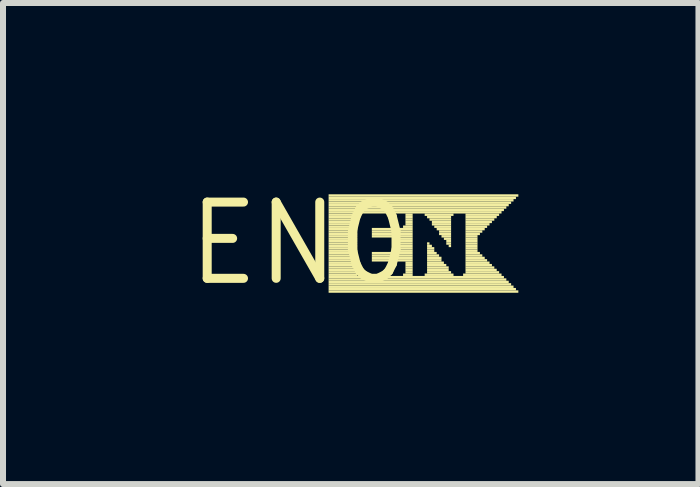
<source format=kicad_pcb>
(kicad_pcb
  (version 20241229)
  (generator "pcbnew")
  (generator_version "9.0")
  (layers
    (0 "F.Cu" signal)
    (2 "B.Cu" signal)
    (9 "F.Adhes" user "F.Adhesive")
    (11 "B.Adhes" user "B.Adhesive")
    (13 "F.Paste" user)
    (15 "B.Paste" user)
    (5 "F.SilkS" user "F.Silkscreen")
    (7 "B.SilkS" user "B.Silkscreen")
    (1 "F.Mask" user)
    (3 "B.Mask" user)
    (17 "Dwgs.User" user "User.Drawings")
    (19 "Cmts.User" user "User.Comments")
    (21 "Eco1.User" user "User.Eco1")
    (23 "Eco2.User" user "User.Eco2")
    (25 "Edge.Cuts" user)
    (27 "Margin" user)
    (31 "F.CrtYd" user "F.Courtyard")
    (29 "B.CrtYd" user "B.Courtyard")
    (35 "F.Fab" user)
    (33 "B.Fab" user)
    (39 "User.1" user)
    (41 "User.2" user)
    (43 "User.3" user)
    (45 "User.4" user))
  (footprint "EN0"
    (layer "F.Cu")
    (at 1.943 1.006)
    (property "Reference" "EN0" (at 0 0 0) (layer "F.SilkS") (effects (font (size 1.27 1.27) (thickness 0.15))))
    (fp_poly (pts (xy 0.48 -0.78) (xy 3.64 -0.78) (xy 3.64 -0.82) (xy 0.48 -0.82)) (stroke (width 0) (type default)) (fill yes) (layer "F.SilkS"))
    (fp_poly (pts (xy 0.48 -0.74) (xy 3.6 -0.74) (xy 3.6 -0.78) (xy 0.48 -0.78)) (stroke (width 0) (type default)) (fill yes) (layer "F.SilkS"))
    (fp_poly (pts (xy 0.48 -0.7) (xy 3.56 -0.7) (xy 3.56 -0.74) (xy 0.48 -0.74)) (stroke (width 0) (type default)) (fill yes) (layer "F.SilkS"))
    (fp_poly (pts (xy 0.48 -0.66) (xy 3.52 -0.66) (xy 3.52 -0.7) (xy 0.48 -0.7)) (stroke (width 0) (type default)) (fill yes) (layer "F.SilkS"))
    (fp_poly (pts (xy 0.48 -0.62) (xy 3.48 -0.62) (xy 3.48 -0.66) (xy 0.48 -0.66)) (stroke (width 0) (type default)) (fill yes) (layer "F.SilkS"))
    (fp_poly (pts (xy 0.48 -0.58) (xy 3.44 -0.58) (xy 3.44 -0.62) (xy 0.48 -0.62)) (stroke (width 0) (type default)) (fill yes) (layer "F.SilkS"))
    (fp_poly (pts (xy 0.48 -0.54) (xy 3.4 -0.54) (xy 3.4 -0.58) (xy 0.48 -0.58)) (stroke (width 0) (type default)) (fill yes) (layer "F.SilkS"))
    (fp_poly (pts (xy 0.48 -0.5) (xy 3.36 -0.5) (xy 3.36 -0.54) (xy 0.48 -0.54)) (stroke (width 0) (type default)) (fill yes) (layer "F.SilkS"))
    (fp_poly (pts (xy 0.48 -0.46) (xy 0.96 -0.46) (xy 0.96 -0.5) (xy 0.48 -0.5)) (stroke (width 0) (type default)) (fill yes) (layer "F.SilkS"))
    (fp_poly (pts (xy 0.48 -0.42) (xy 0.96 -0.42) (xy 0.96 -0.46) (xy 0.48 -0.46)) (stroke (width 0) (type default)) (fill yes) (layer "F.SilkS"))
    (fp_poly (pts (xy 0.48 -0.38) (xy 0.96 -0.38) (xy 0.96 -0.42) (xy 0.48 -0.42)) (stroke (width 0) (type default)) (fill yes) (layer "F.SilkS"))
    (fp_poly (pts (xy 0.48 -0.34) (xy 0.96 -0.34) (xy 0.96 -0.38) (xy 0.48 -0.38)) (stroke (width 0) (type default)) (fill yes) (layer "F.SilkS"))
    (fp_poly (pts (xy 0.48 -0.3) (xy 0.96 -0.3) (xy 0.96 -0.34) (xy 0.48 -0.34)) (stroke (width 0) (type default)) (fill yes) (layer "F.SilkS"))
    (fp_poly (pts (xy 0.48 -0.26) (xy 0.96 -0.26) (xy 0.96 -0.3) (xy 0.48 -0.3)) (stroke (width 0) (type default)) (fill yes) (layer "F.SilkS"))
    (fp_poly (pts (xy 0.48 -0.22) (xy 0.96 -0.22) (xy 0.96 -0.26) (xy 0.48 -0.26)) (stroke (width 0) (type default)) (fill yes) (layer "F.SilkS"))
    (fp_poly (pts (xy 0.48 -0.18) (xy 0.96 -0.18) (xy 0.96 -0.22) (xy 0.48 -0.22)) (stroke (width 0) (type default)) (fill yes) (layer "F.SilkS"))
    (fp_poly (pts (xy 0.48 -0.14) (xy 0.96 -0.14) (xy 0.96 -0.18) (xy 0.48 -0.18)) (stroke (width 0) (type default)) (fill yes) (layer "F.SilkS"))
    (fp_poly (pts (xy 0.48 -0.1) (xy 0.96 -0.1) (xy 0.96 -0.14) (xy 0.48 -0.14)) (stroke (width 0) (type default)) (fill yes) (layer "F.SilkS"))
    (fp_poly (pts (xy 0.48 -0.06) (xy 0.96 -0.06) (xy 0.96 -0.1) (xy 0.48 -0.1)) (stroke (width 0) (type default)) (fill yes) (layer "F.SilkS"))
    (fp_poly (pts (xy 0.48 -0.02) (xy 0.96 -0.02) (xy 0.96 -0.06) (xy 0.48 -0.06)) (stroke (width 0) (type default)) (fill yes) (layer "F.SilkS"))
    (fp_poly (pts (xy 0.48 0.02) (xy 0.96 0.02) (xy 0.96 -0.02) (xy 0.48 -0.02)) (stroke (width 0) (type default)) (fill yes) (layer "F.SilkS"))
    (fp_poly (pts (xy 0.48 0.06) (xy 0.96 0.06) (xy 0.96 0.02) (xy 0.48 0.02)) (stroke (width 0) (type default)) (fill yes) (layer "F.SilkS"))
    (fp_poly (pts (xy 0.48 0.1) (xy 0.96 0.1) (xy 0.96 0.06) (xy 0.48 0.06)) (stroke (width 0) (type default)) (fill yes) (layer "F.SilkS"))
    (fp_poly (pts (xy 0.48 0.14) (xy 0.96 0.14) (xy 0.96 0.1) (xy 0.48 0.1)) (stroke (width 0) (type default)) (fill yes) (layer "F.SilkS"))
    (fp_poly (pts (xy 0.48 0.18) (xy 0.96 0.18) (xy 0.96 0.14) (xy 0.48 0.14)) (stroke (width 0) (type default)) (fill yes) (layer "F.SilkS"))
    (fp_poly (pts (xy 0.48 0.22) (xy 0.96 0.22) (xy 0.96 0.18) (xy 0.48 0.18)) (stroke (width 0) (type default)) (fill yes) (layer "F.SilkS"))
    (fp_poly (pts (xy 0.48 0.26) (xy 0.96 0.26) (xy 0.96 0.22) (xy 0.48 0.22)) (stroke (width 0) (type default)) (fill yes) (layer "F.SilkS"))
    (fp_poly (pts (xy 0.48 0.3) (xy 0.96 0.3) (xy 0.96 0.26) (xy 0.48 0.26)) (stroke (width 0) (type default)) (fill yes) (layer "F.SilkS"))
    (fp_poly (pts (xy 0.48 0.34) (xy 0.96 0.34) (xy 0.96 0.3) (xy 0.48 0.3)) (stroke (width 0) (type default)) (fill yes) (layer "F.SilkS"))
    (fp_poly (pts (xy 0.48 0.38) (xy 0.96 0.38) (xy 0.96 0.34) (xy 0.48 0.34)) (stroke (width 0) (type default)) (fill yes) (layer "F.SilkS"))
    (fp_poly (pts (xy 0.48 0.42) (xy 0.96 0.42) (xy 0.96 0.38) (xy 0.48 0.38)) (stroke (width 0) (type default)) (fill yes) (layer "F.SilkS"))
    (fp_poly (pts (xy 0.48 0.46) (xy 0.96 0.46) (xy 0.96 0.42) (xy 0.48 0.42)) (stroke (width 0) (type default)) (fill yes) (layer "F.SilkS"))
    (fp_poly (pts (xy 0.48 0.5) (xy 0.96 0.5) (xy 0.96 0.46) (xy 0.48 0.46)) (stroke (width 0) (type default)) (fill yes) (layer "F.SilkS"))
    (fp_poly (pts (xy 0.48 0.54) (xy 0.96 0.54) (xy 0.96 0.5) (xy 0.48 0.5)) (stroke (width 0) (type default)) (fill yes) (layer "F.SilkS"))
    (fp_poly (pts (xy 0.48 0.58) (xy 3.4 0.58) (xy 3.4 0.54) (xy 0.48 0.54)) (stroke (width 0) (type default)) (fill yes) (layer "F.SilkS"))
    (fp_poly (pts (xy 0.48 0.62) (xy 3.44 0.62) (xy 3.44 0.58) (xy 0.48 0.58)) (stroke (width 0) (type default)) (fill yes) (layer "F.SilkS"))
    (fp_poly (pts (xy 0.48 0.66) (xy 3.48 0.66) (xy 3.48 0.62) (xy 0.48 0.62)) (stroke (width 0) (type default)) (fill yes) (layer "F.SilkS"))
    (fp_poly (pts (xy 0.48 0.7) (xy 3.52 0.7) (xy 3.52 0.66) (xy 0.48 0.66)) (stroke (width 0) (type default)) (fill yes) (layer "F.SilkS"))
    (fp_poly (pts (xy 0.48 0.74) (xy 3.56 0.74) (xy 3.56 0.7) (xy 0.48 0.7)) (stroke (width 0) (type default)) (fill yes) (layer "F.SilkS"))
    (fp_poly (pts (xy 0.48 0.78) (xy 3.6 0.78) (xy 3.6 0.74) (xy 0.48 0.74)) (stroke (width 0) (type default)) (fill yes) (layer "F.SilkS"))
    (fp_poly (pts (xy 0.48 0.82) (xy 3.64 0.82) (xy 3.64 0.78) (xy 0.48 0.78)) (stroke (width 0) (type default)) (fill yes) (layer "F.SilkS"))
    (fp_poly (pts (xy 1.2 -0.22) (xy 1.88 -0.22) (xy 1.88 -0.26) (xy 1.2 -0.26)) (stroke (width 0) (type default)) (fill yes) (layer "F.SilkS"))
    (fp_poly (pts (xy 1.2 -0.18) (xy 1.88 -0.18) (xy 1.88 -0.22) (xy 1.2 -0.22)) (stroke (width 0) (type default)) (fill yes) (layer "F.SilkS"))
    (fp_poly (pts (xy 1.2 -0.14) (xy 1.88 -0.14) (xy 1.88 -0.18) (xy 1.2 -0.18)) (stroke (width 0) (type default)) (fill yes) (layer "F.SilkS"))
    (fp_poly (pts (xy 1.2 -0.1) (xy 1.88 -0.1) (xy 1.88 -0.14) (xy 1.2 -0.14)) (stroke (width 0) (type default)) (fill yes) (layer "F.SilkS"))
    (fp_poly (pts (xy 1.2 0.18) (xy 1.88 0.18) (xy 1.88 0.14) (xy 1.2 0.14)) (stroke (width 0) (type default)) (fill yes) (layer "F.SilkS"))
    (fp_poly (pts (xy 1.2 0.22) (xy 1.88 0.22) (xy 1.88 0.18) (xy 1.2 0.18)) (stroke (width 0) (type default)) (fill yes) (layer "F.SilkS"))
    (fp_poly (pts (xy 1.2 0.26) (xy 1.88 0.26) (xy 1.88 0.22) (xy 1.2 0.22)) (stroke (width 0) (type default)) (fill yes) (layer "F.SilkS"))
    (fp_poly (pts (xy 1.2 0.3) (xy 1.88 0.3) (xy 1.88 0.26) (xy 1.2 0.26)) (stroke (width 0) (type default)) (fill yes) (layer "F.SilkS"))
    (fp_poly (pts (xy 1.56 0.14) (xy 1.88 0.14) (xy 1.88 0.1) (xy 1.56 0.1)) (stroke (width 0) (type default)) (fill yes) (layer "F.SilkS"))
    (fp_poly (pts (xy 1.6 -0.06) (xy 1.88 -0.06) (xy 1.88 -0.1) (xy 1.6 -0.1)) (stroke (width 0) (type default)) (fill yes) (layer "F.SilkS"))
    (fp_poly (pts (xy 1.6 -0.02) (xy 1.88 -0.02) (xy 1.88 -0.06) (xy 1.6 -0.06)) (stroke (width 0) (type default)) (fill yes) (layer "F.SilkS"))
    (fp_poly (pts (xy 1.6 0.02) (xy 1.88 0.02) (xy 1.88 -0.02) (xy 1.6 -0.02)) (stroke (width 0) (type default)) (fill yes) (layer "F.SilkS"))
    (fp_poly (pts (xy 1.6 0.06) (xy 1.88 0.06) (xy 1.88 0.02) (xy 1.6 0.02)) (stroke (width 0) (type default)) (fill yes) (layer "F.SilkS"))
    (fp_poly (pts (xy 1.6 0.1) (xy 1.88 0.1) (xy 1.88 0.06) (xy 1.6 0.06)) (stroke (width 0) (type default)) (fill yes) (layer "F.SilkS"))
    (fp_poly (pts (xy 1.72 -0.26) (xy 1.88 -0.26) (xy 1.88 -0.3) (xy 1.72 -0.3)) (stroke (width 0) (type default)) (fill yes) (layer "F.SilkS"))
    (fp_poly (pts (xy 1.72 0.54) (xy 1.88 0.54) (xy 1.88 0.5) (xy 1.72 0.5)) (stroke (width 0) (type default)) (fill yes) (layer "F.SilkS"))
    (fp_poly (pts (xy 1.76 -0.46) (xy 1.88 -0.46) (xy 1.88 -0.5) (xy 1.76 -0.5)) (stroke (width 0) (type default)) (fill yes) (layer "F.SilkS"))
    (fp_poly (pts (xy 1.76 -0.42) (xy 1.88 -0.42) (xy 1.88 -0.46) (xy 1.76 -0.46)) (stroke (width 0) (type default)) (fill yes) (layer "F.SilkS"))
    (fp_poly (pts (xy 1.76 -0.38) (xy 1.88 -0.38) (xy 1.88 -0.42) (xy 1.76 -0.42)) (stroke (width 0) (type default)) (fill yes) (layer "F.SilkS"))
    (fp_poly (pts (xy 1.76 -0.34) (xy 1.88 -0.34) (xy 1.88 -0.38) (xy 1.76 -0.38)) (stroke (width 0) (type default)) (fill yes) (layer "F.SilkS"))
    (fp_poly (pts (xy 1.76 -0.3) (xy 1.88 -0.3) (xy 1.88 -0.34) (xy 1.76 -0.34)) (stroke (width 0) (type default)) (fill yes) (layer "F.SilkS"))
    (fp_poly (pts (xy 1.76 0.34) (xy 1.88 0.34) (xy 1.88 0.3) (xy 1.76 0.3)) (stroke (width 0) (type default)) (fill yes) (layer "F.SilkS"))
    (fp_poly (pts (xy 1.76 0.38) (xy 1.88 0.38) (xy 1.88 0.34) (xy 1.76 0.34)) (stroke (width 0) (type default)) (fill yes) (layer "F.SilkS"))
    (fp_poly (pts (xy 1.76 0.42) (xy 1.88 0.42) (xy 1.88 0.38) (xy 1.76 0.38)) (stroke (width 0) (type default)) (fill yes) (layer "F.SilkS"))
    (fp_poly (pts (xy 1.76 0.46) (xy 1.88 0.46) (xy 1.88 0.42) (xy 1.76 0.42)) (stroke (width 0) (type default)) (fill yes) (layer "F.SilkS"))
    (fp_poly (pts (xy 1.76 0.5) (xy 1.88 0.5) (xy 1.88 0.46) (xy 1.76 0.46)) (stroke (width 0) (type default)) (fill yes) (layer "F.SilkS"))
    (fp_poly (pts (xy 2.08 -0.46) (xy 2.56 -0.46) (xy 2.56 -0.5) (xy 2.08 -0.5)) (stroke (width 0) (type default)) (fill yes) (layer "F.SilkS"))
    (fp_poly (pts (xy 2.08 0.54) (xy 2.56 0.54) (xy 2.56 0.5) (xy 2.08 0.5)) (stroke (width 0) (type default)) (fill yes) (layer "F.SilkS"))
    (fp_poly (pts (xy 2.12 -0.42) (xy 2.52 -0.42) (xy 2.52 -0.46) (xy 2.12 -0.46)) (stroke (width 0) (type default)) (fill yes) (layer "F.SilkS"))
    (fp_poly (pts (xy 2.12 0.02) (xy 2.16 0.02) (xy 2.16 -0.02) (xy 2.12 -0.02)) (stroke (width 0) (type default)) (fill yes) (layer "F.SilkS"))
    (fp_poly (pts (xy 2.12 0.06) (xy 2.2 0.06) (xy 2.2 0.02) (xy 2.12 0.02)) (stroke (width 0) (type default)) (fill yes) (layer "F.SilkS"))
    (fp_poly (pts (xy 2.12 0.1) (xy 2.24 0.1) (xy 2.24 0.06) (xy 2.12 0.06)) (stroke (width 0) (type default)) (fill yes) (layer "F.SilkS"))
    (fp_poly (pts (xy 2.12 0.14) (xy 2.24 0.14) (xy 2.24 0.1) (xy 2.12 0.1)) (stroke (width 0) (type default)) (fill yes) (layer "F.SilkS"))
    (fp_poly (pts (xy 2.12 0.18) (xy 2.28 0.18) (xy 2.28 0.14) (xy 2.12 0.14)) (stroke (width 0) (type default)) (fill yes) (layer "F.SilkS"))
    (fp_poly (pts (xy 2.12 0.22) (xy 2.32 0.22) (xy 2.32 0.18) (xy 2.12 0.18)) (stroke (width 0) (type default)) (fill yes) (layer "F.SilkS"))
    (fp_poly (pts (xy 2.12 0.26) (xy 2.36 0.26) (xy 2.36 0.22) (xy 2.12 0.22)) (stroke (width 0) (type default)) (fill yes) (layer "F.SilkS"))
    (fp_poly (pts (xy 2.12 0.3) (xy 2.36 0.3) (xy 2.36 0.26) (xy 2.12 0.26)) (stroke (width 0) (type default)) (fill yes) (layer "F.SilkS"))
    (fp_poly (pts (xy 2.12 0.34) (xy 2.4 0.34) (xy 2.4 0.3) (xy 2.12 0.3)) (stroke (width 0) (type default)) (fill yes) (layer "F.SilkS"))
    (fp_poly (pts (xy 2.12 0.38) (xy 2.44 0.38) (xy 2.44 0.34) (xy 2.12 0.34)) (stroke (width 0) (type default)) (fill yes) (layer "F.SilkS"))
    (fp_poly (pts (xy 2.12 0.42) (xy 2.48 0.42) (xy 2.48 0.38) (xy 2.12 0.38)) (stroke (width 0) (type default)) (fill yes) (layer "F.SilkS"))
    (fp_poly (pts (xy 2.12 0.46) (xy 2.48 0.46) (xy 2.48 0.42) (xy 2.12 0.42)) (stroke (width 0) (type default)) (fill yes) (layer "F.SilkS"))
    (fp_poly (pts (xy 2.12 0.5) (xy 2.52 0.5) (xy 2.52 0.46) (xy 2.12 0.46)) (stroke (width 0) (type default)) (fill yes) (layer "F.SilkS"))
    (fp_poly (pts (xy 2.16 -0.38) (xy 2.52 -0.38) (xy 2.52 -0.42) (xy 2.16 -0.42)) (stroke (width 0) (type default)) (fill yes) (layer "F.SilkS"))
    (fp_poly (pts (xy 2.2 -0.34) (xy 2.52 -0.34) (xy 2.52 -0.38) (xy 2.2 -0.38)) (stroke (width 0) (type default)) (fill yes) (layer "F.SilkS"))
    (fp_poly (pts (xy 2.2 -0.3) (xy 2.52 -0.3) (xy 2.52 -0.34) (xy 2.2 -0.34)) (stroke (width 0) (type default)) (fill yes) (layer "F.SilkS"))
    (fp_poly (pts (xy 2.24 -0.26) (xy 2.52 -0.26) (xy 2.52 -0.3) (xy 2.24 -0.3)) (stroke (width 0) (type default)) (fill yes) (layer "F.SilkS"))
    (fp_poly (pts (xy 2.28 -0.22) (xy 2.52 -0.22) (xy 2.52 -0.26) (xy 2.28 -0.26)) (stroke (width 0) (type default)) (fill yes) (layer "F.SilkS"))
    (fp_poly (pts (xy 2.32 -0.18) (xy 2.52 -0.18) (xy 2.52 -0.22) (xy 2.32 -0.22)) (stroke (width 0) (type default)) (fill yes) (layer "F.SilkS"))
    (fp_poly (pts (xy 2.32 -0.14) (xy 2.52 -0.14) (xy 2.52 -0.18) (xy 2.32 -0.18)) (stroke (width 0) (type default)) (fill yes) (layer "F.SilkS"))
    (fp_poly (pts (xy 2.36 -0.1) (xy 2.52 -0.1) (xy 2.52 -0.14) (xy 2.36 -0.14)) (stroke (width 0) (type default)) (fill yes) (layer "F.SilkS"))
    (fp_poly (pts (xy 2.4 -0.06) (xy 2.52 -0.06) (xy 2.52 -0.1) (xy 2.4 -0.1)) (stroke (width 0) (type default)) (fill yes) (layer "F.SilkS"))
    (fp_poly (pts (xy 2.44 -0.02) (xy 2.52 -0.02) (xy 2.52 -0.06) (xy 2.44 -0.06)) (stroke (width 0) (type default)) (fill yes) (layer "F.SilkS"))
    (fp_poly (pts (xy 2.44 0.02) (xy 2.52 0.02) (xy 2.52 -0.02) (xy 2.44 -0.02)) (stroke (width 0) (type default)) (fill yes) (layer "F.SilkS"))
    (fp_poly (pts (xy 2.48 0.06) (xy 2.52 0.06) (xy 2.52 0.02) (xy 2.48 0.02)) (stroke (width 0) (type default)) (fill yes) (layer "F.SilkS"))
    (fp_poly (pts (xy 2.72 0.54) (xy 3.36 0.54) (xy 3.36 0.5) (xy 2.72 0.5)) (stroke (width 0) (type default)) (fill yes) (layer "F.SilkS"))
    (fp_poly (pts (xy 2.76 -0.46) (xy 3.32 -0.46) (xy 3.32 -0.5) (xy 2.76 -0.5)) (stroke (width 0) (type default)) (fill yes) (layer "F.SilkS"))
    (fp_poly (pts (xy 2.76 -0.42) (xy 3.28 -0.42) (xy 3.28 -0.46) (xy 2.76 -0.46)) (stroke (width 0) (type default)) (fill yes) (layer "F.SilkS"))
    (fp_poly (pts (xy 2.76 -0.38) (xy 3.24 -0.38) (xy 3.24 -0.42) (xy 2.76 -0.42)) (stroke (width 0) (type default)) (fill yes) (layer "F.SilkS"))
    (fp_poly (pts (xy 2.76 -0.34) (xy 3.2 -0.34) (xy 3.2 -0.38) (xy 2.76 -0.38)) (stroke (width 0) (type default)) (fill yes) (layer "F.SilkS"))
    (fp_poly (pts (xy 2.76 -0.3) (xy 3.16 -0.3) (xy 3.16 -0.34) (xy 2.76 -0.34)) (stroke (width 0) (type default)) (fill yes) (layer "F.SilkS"))
    (fp_poly (pts (xy 2.76 -0.26) (xy 3.12 -0.26) (xy 3.12 -0.3) (xy 2.76 -0.3)) (stroke (width 0) (type default)) (fill yes) (layer "F.SilkS"))
    (fp_poly (pts (xy 2.76 -0.22) (xy 3.08 -0.22) (xy 3.08 -0.26) (xy 2.76 -0.26)) (stroke (width 0) (type default)) (fill yes) (layer "F.SilkS"))
    (fp_poly (pts (xy 2.76 -0.18) (xy 3.04 -0.18) (xy 3.04 -0.22) (xy 2.76 -0.22)) (stroke (width 0) (type default)) (fill yes) (layer "F.SilkS"))
    (fp_poly (pts (xy 2.76 -0.14) (xy 3 -0.14) (xy 3 -0.18) (xy 2.76 -0.18)) (stroke (width 0) (type default)) (fill yes) (layer "F.SilkS"))
    (fp_poly (pts (xy 2.76 -0.1) (xy 2.96 -0.1) (xy 2.96 -0.14) (xy 2.76 -0.14)) (stroke (width 0) (type default)) (fill yes) (layer "F.SilkS"))
    (fp_poly (pts (xy 2.76 -0.06) (xy 2.96 -0.06) (xy 2.96 -0.1) (xy 2.76 -0.1)) (stroke (width 0) (type default)) (fill yes) (layer "F.SilkS"))
    (fp_poly (pts (xy 2.76 -0.02) (xy 2.96 -0.02) (xy 2.96 -0.06) (xy 2.76 -0.06)) (stroke (width 0) (type default)) (fill yes) (layer "F.SilkS"))
    (fp_poly (pts (xy 2.76 0.02) (xy 2.96 0.02) (xy 2.96 -0.02) (xy 2.76 -0.02)) (stroke (width 0) (type default)) (fill yes) (layer "F.SilkS"))
    (fp_poly (pts (xy 2.76 0.06) (xy 2.96 0.06) (xy 2.96 0.02) (xy 2.76 0.02)) (stroke (width 0) (type default)) (fill yes) (layer "F.SilkS"))
    (fp_poly (pts (xy 2.76 0.1) (xy 2.96 0.1) (xy 2.96 0.06) (xy 2.76 0.06)) (stroke (width 0) (type default)) (fill yes) (layer "F.SilkS"))
    (fp_poly (pts (xy 2.76 0.14) (xy 2.96 0.14) (xy 2.96 0.1) (xy 2.76 0.1)) (stroke (width 0) (type default)) (fill yes) (layer "F.SilkS"))
    (fp_poly (pts (xy 2.76 0.18) (xy 3 0.18) (xy 3 0.14) (xy 2.76 0.14)) (stroke (width 0) (type default)) (fill yes) (layer "F.SilkS"))
    (fp_poly (pts (xy 2.76 0.22) (xy 3.04 0.22) (xy 3.04 0.18) (xy 2.76 0.18)) (stroke (width 0) (type default)) (fill yes) (layer "F.SilkS"))
    (fp_poly (pts (xy 2.76 0.26) (xy 3.08 0.26) (xy 3.08 0.22) (xy 2.76 0.22)) (stroke (width 0) (type default)) (fill yes) (layer "F.SilkS"))
    (fp_poly (pts (xy 2.76 0.3) (xy 3.12 0.3) (xy 3.12 0.26) (xy 2.76 0.26)) (stroke (width 0) (type default)) (fill yes) (layer "F.SilkS"))
    (fp_poly (pts (xy 2.76 0.34) (xy 3.16 0.34) (xy 3.16 0.3) (xy 2.76 0.3)) (stroke (width 0) (type default)) (fill yes) (layer "F.SilkS"))
    (fp_poly (pts (xy 2.76 0.38) (xy 3.2 0.38) (xy 3.2 0.34) (xy 2.76 0.34)) (stroke (width 0) (type default)) (fill yes) (layer "F.SilkS"))
    (fp_poly (pts (xy 2.76 0.42) (xy 3.24 0.42) (xy 3.24 0.38) (xy 2.76 0.38)) (stroke (width 0) (type default)) (fill yes) (layer "F.SilkS"))
    (fp_poly (pts (xy 2.76 0.46) (xy 3.28 0.46) (xy 3.28 0.42) (xy 2.76 0.42)) (stroke (width 0) (type default)) (fill yes) (layer "F.SilkS"))
    (fp_poly (pts (xy 2.76 0.5) (xy 3.32 0.5) (xy 3.32 0.46) (xy 2.76 0.46)) (stroke (width 0) (type default)) (fill yes) (layer "F.SilkS")))
  (gr_rect
    (start -3 -3)
    (end 8.583 5.012)
    (stroke (width 0.1) (type default))
    (fill no)
    (layer "Edge.Cuts")))
</source>
